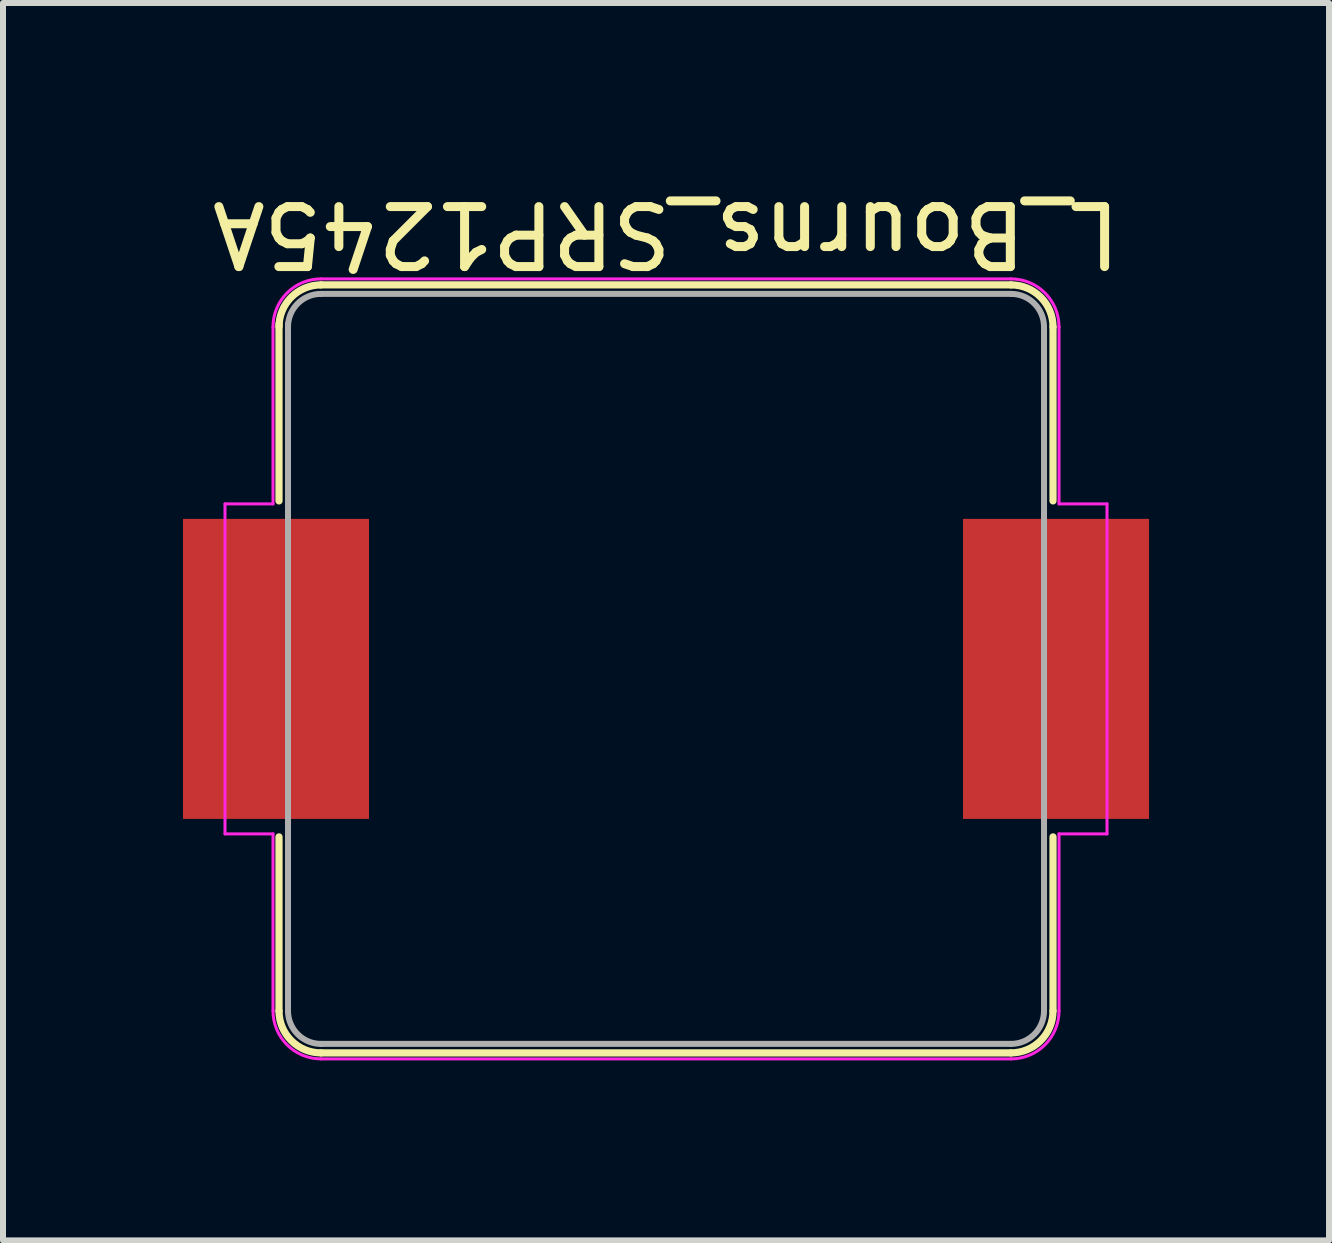
<source format=kicad_pcb>
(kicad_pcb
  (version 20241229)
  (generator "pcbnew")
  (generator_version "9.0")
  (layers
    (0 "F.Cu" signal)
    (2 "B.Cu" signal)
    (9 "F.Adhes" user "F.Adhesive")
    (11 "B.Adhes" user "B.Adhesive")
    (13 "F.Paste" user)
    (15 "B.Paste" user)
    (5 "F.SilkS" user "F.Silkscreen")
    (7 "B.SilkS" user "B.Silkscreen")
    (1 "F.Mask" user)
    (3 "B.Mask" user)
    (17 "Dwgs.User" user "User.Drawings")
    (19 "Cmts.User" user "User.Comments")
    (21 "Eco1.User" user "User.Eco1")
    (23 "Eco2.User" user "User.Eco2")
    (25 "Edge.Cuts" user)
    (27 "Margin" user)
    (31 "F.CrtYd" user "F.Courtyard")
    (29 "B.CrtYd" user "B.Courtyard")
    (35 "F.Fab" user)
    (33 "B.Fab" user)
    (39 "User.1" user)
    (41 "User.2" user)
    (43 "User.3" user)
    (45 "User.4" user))
  (footprint "L_Bourns_SRP1245A"
    (layer "F.Cu")
    (at 8.05 8.098)
    (property "Reference" "L_Bourns_SRP1245A" (at 0 -7.25 180) (unlocked yes) (layer "F.SilkS") (effects (font (size 1 1) (thickness 0.15))))
    (attr smd)
    (fp_line (start -6.45 -5.75) (end -6.45 -2.8) (stroke (width 0.12) (type solid)) (layer "F.SilkS"))
    (fp_line (start -6.45 2.8) (end -6.45 5.7) (stroke (width 0.12) (type solid)) (layer "F.SilkS"))
    (fp_line (start -5.75 -6.4) (end 5.75 -6.4) (stroke (width 0.12) (type solid)) (layer "F.SilkS"))
    (fp_line (start 5.75 6.4) (end -5.75 6.4) (stroke (width 0.12) (type solid)) (layer "F.SilkS"))
    (fp_line (start 6.45 -5.7) (end 6.45 -2.8) (stroke (width 0.12) (type solid)) (layer "F.SilkS"))
    (fp_line (start 6.45 2.8) (end 6.45 5.7) (stroke (width 0.12) (type solid)) (layer "F.SilkS"))
    (fp_arc (start -6.45 -5.7) (mid -6.244975 -6.194975) (end -5.75 -6.4) (stroke (width 0.12) (type solid)) (layer "F.SilkS"))
    (fp_arc (start -5.75 6.4) (mid -6.244975 6.194975) (end -6.45 5.7) (stroke (width 0.12) (type solid)) (layer "F.SilkS"))
    (fp_arc (start 5.75 -6.4) (mid 6.244975 -6.194975) (end 6.45 -5.7) (stroke (width 0.12) (type solid)) (layer "F.SilkS"))
    (fp_arc (start 6.45 5.7) (mid 6.244975 6.194975) (end 5.75 6.4) (stroke (width 0.12) (type solid)) (layer "F.SilkS"))
    (fp_line (start -7.35 -2.75) (end -6.55 -2.75) (stroke (width 0.05) (type solid)) (layer "F.CrtYd"))
    (fp_line (start -7.35 2.75) (end -7.35 -2.75) (stroke (width 0.05) (type solid)) (layer "F.CrtYd"))
    (fp_line (start -7.35 2.75) (end -6.55 2.75) (stroke (width 0.05) (type solid)) (layer "F.CrtYd"))
    (fp_line (start -6.55 -2.75) (end -6.55 -5.7) (stroke (width 0.05) (type solid)) (layer "F.CrtYd"))
    (fp_line (start -6.55 5.7) (end -6.55 2.75) (stroke (width 0.05) (type solid)) (layer "F.CrtYd"))
    (fp_line (start -5.75 -6.5) (end 5.75 -6.5) (stroke (width 0.05) (type solid)) (layer "F.CrtYd"))
    (fp_line (start 5.75 6.5) (end -5.75 6.5) (stroke (width 0.05) (type solid)) (layer "F.CrtYd"))
    (fp_line (start 6.55 -5.7) (end 6.55 -2.75) (stroke (width 0.05) (type solid)) (layer "F.CrtYd"))
    (fp_line (start 6.55 2.75) (end 6.55 5.7) (stroke (width 0.05) (type solid)) (layer "F.CrtYd"))
    (fp_line (start 7.35 -2.75) (end 6.55 -2.75) (stroke (width 0.05) (type solid)) (layer "F.CrtYd"))
    (fp_line (start 7.35 -2.75) (end 7.35 2.75) (stroke (width 0.05) (type solid)) (layer "F.CrtYd"))
    (fp_line (start 7.35 2.75) (end 6.55 2.75) (stroke (width 0.05) (type solid)) (layer "F.CrtYd"))
    (fp_arc (start -6.55 -5.7) (mid -6.315685 -6.265685) (end -5.75 -6.5) (stroke (width 0.05) (type solid)) (layer "F.CrtYd"))
    (fp_arc (start -5.75 6.5) (mid -6.315685 6.265685) (end -6.55 5.7) (stroke (width 0.05) (type solid)) (layer "F.CrtYd"))
    (fp_arc (start 5.75 -6.5) (mid 6.315685 -6.265685) (end 6.55 -5.7) (stroke (width 0.05) (type solid)) (layer "F.CrtYd"))
    (fp_arc (start 6.55 5.7) (mid 6.315685 6.265685) (end 5.75 6.5) (stroke (width 0.05) (type solid)) (layer "F.CrtYd"))
    (fp_line (start -6.3 -5.75) (end -6.3 5.7) (stroke (width 0.1) (type solid)) (layer "F.Fab"))
    (fp_line (start -5.75 -6.25) (end 5.75 -6.25) (stroke (width 0.1) (type solid)) (layer "F.Fab"))
    (fp_line (start 5.75 6.25) (end -5.75 6.25) (stroke (width 0.1) (type solid)) (layer "F.Fab"))
    (fp_line (start 6.3 -5.7) (end 6.3 5.7) (stroke (width 0.1) (type solid)) (layer "F.Fab"))
    (fp_arc (start -6.3 -5.7) (mid -6.138909 -6.088909) (end -5.75 -6.25) (stroke (width 0.1) (type solid)) (layer "F.Fab"))
    (fp_arc (start -5.75 6.25) (mid -6.138909 6.088909) (end -6.3 5.7) (stroke (width 0.1) (type solid)) (layer "F.Fab"))
    (fp_arc (start 5.75 -6.25) (mid 6.138909 -6.088909) (end 6.3 -5.7) (stroke (width 0.1) (type solid)) (layer "F.Fab"))
    (fp_arc (start 6.3 5.7) (mid 6.138909 6.088909) (end 5.75 6.25) (stroke (width 0.1) (type solid)) (layer "F.Fab"))
    (pad "1" smd rect (at -6.5 0) (size 3.1 5) (layers "F.Cu" "F.Mask" "F.Paste"))
    (pad "2" smd rect (at 6.5 0) (size 3.1 5) (layers "F.Cu" "F.Mask" "F.Paste")))
  (gr_rect
    (start -3 -3)
    (end 19.1 17.623)
    (stroke (width 0.1) (type default))
    (fill no)
    (layer "Edge.Cuts")))
</source>
